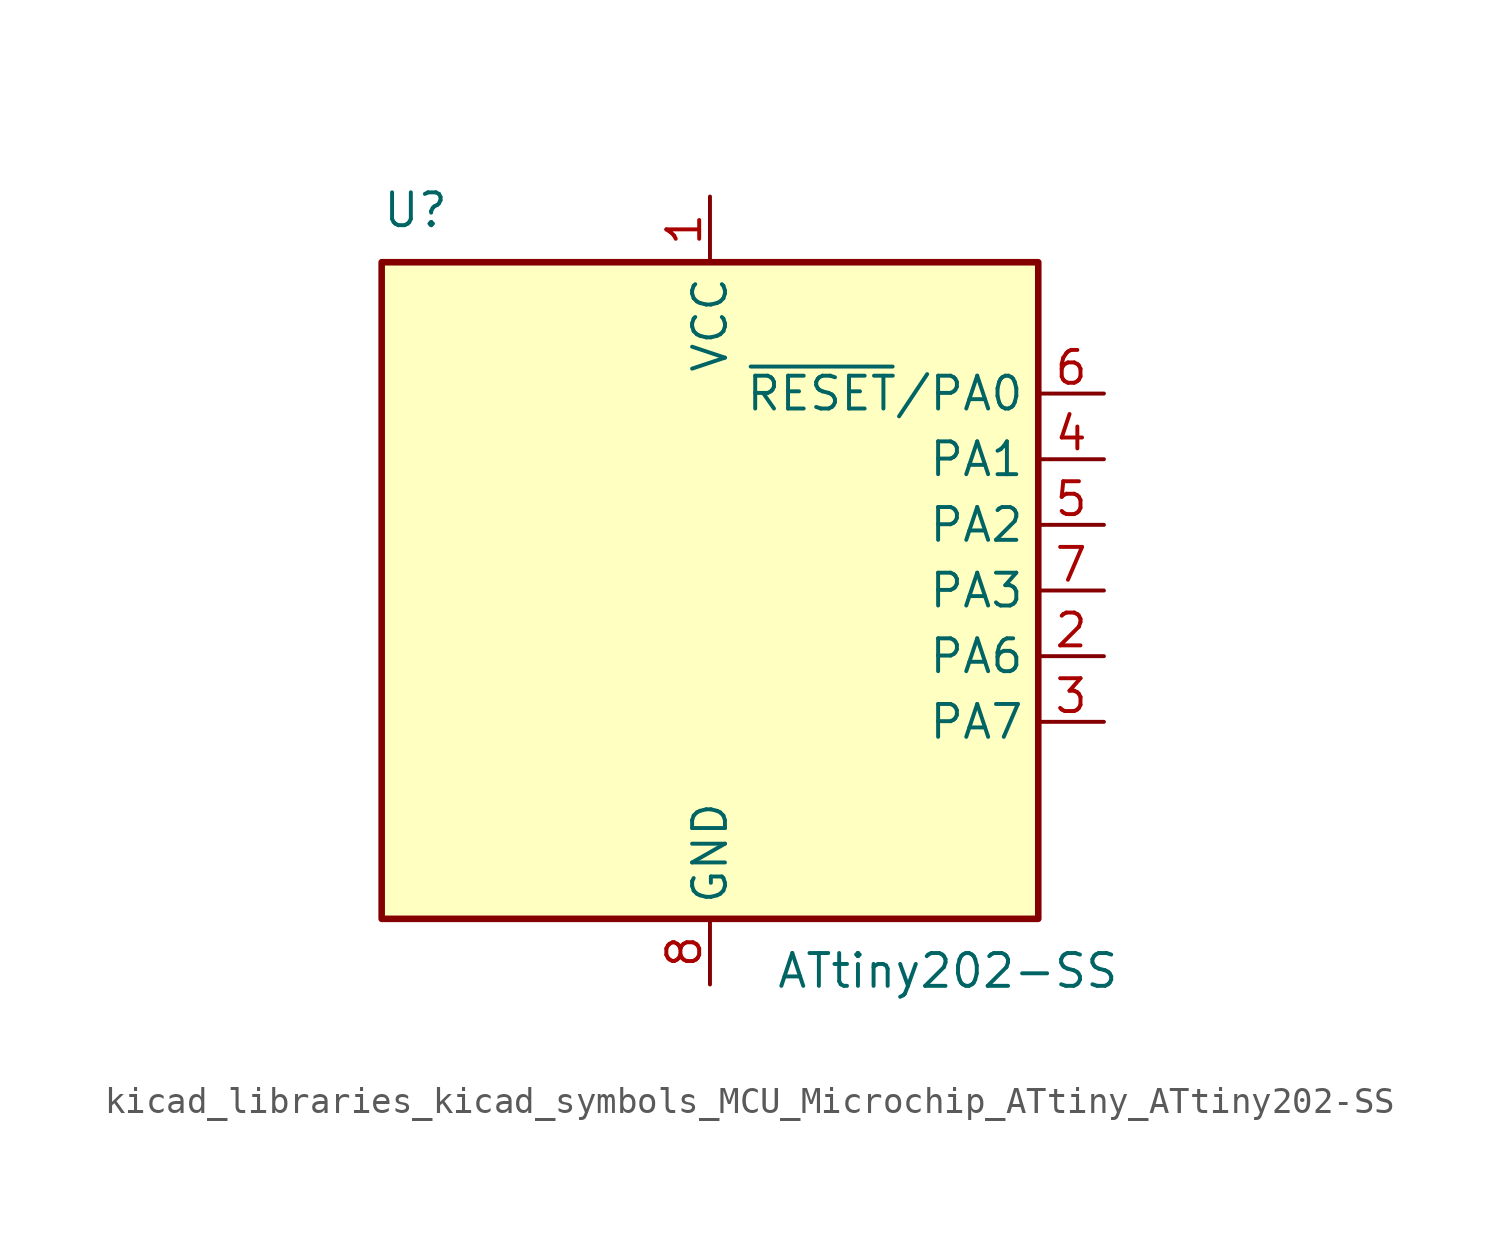
<source format=kicad_sym>
(kicad_symbol_lib
  (version 20220914)
  (generator kicad_symbol_editor)
  (symbol "kicad_libraries_kicad_symbols_MCU_Microchip_ATtiny_ATtiny202-SS"
    (property "Reference" "U"
      (at -12.7 13.97 0)
      (effects (font (size 1.27 1.27)) (justify left bottom)))
    (property "Value" "ATtiny202-SS"
      (at 2.54 -13.97 0)
      (effects (font (size 1.27 1.27)) (justify left top)))
    (symbol "kicad_libraries_kicad_symbols_MCU_Microchip_ATtiny_ATtiny202-SS_0_1"
      (rectangle (start -12.7 -12.7) (end 12.7 12.7) (stroke (width 0.254) (type default)) (fill (type background))))
    (symbol "kicad_libraries_kicad_symbols_MCU_Microchip_ATtiny_ATtiny202-SS_1_1"
      (pin power_in line (at 0 15.24 270) (length 2.54) (name "VCC" (effects (font (size 1.27 1.27)))) (number "1" (effects (font (size 1.27 1.27)))))
      (pin bidirectional line (at 15.24 -2.54 180) (length 2.54) (name "PA6" (effects (font (size 1.27 1.27)))) (number "2" (effects (font (size 1.27 1.27)))))
      (pin bidirectional line (at 15.24 -5.08 180) (length 2.54) (name "PA7" (effects (font (size 1.27 1.27)))) (number "3" (effects (font (size 1.27 1.27)))))
      (pin bidirectional line (at 15.24 5.08 180) (length 2.54) (name "PA1" (effects (font (size 1.27 1.27)))) (number "4" (effects (font (size 1.27 1.27)))))
      (pin bidirectional line (at 15.24 2.54 180) (length 2.54) (name "PA2" (effects (font (size 1.27 1.27)))) (number "5" (effects (font (size 1.27 1.27)))))
      (pin bidirectional line (at 15.24 7.62 180) (length 2.54) (name "~{RESET}/PA0" (effects (font (size 1.27 1.27)))) (number "6" (effects (font (size 1.27 1.27)))))
      (pin bidirectional line (at 15.24 0 180) (length 2.54) (name "PA3" (effects (font (size 1.27 1.27)))) (number "7" (effects (font (size 1.27 1.27)))))
      (pin power_in line (at 0 -15.24 90) (length 2.54) (name "GND" (effects (font (size 1.27 1.27)))) (number "8" (effects (font (size 1.27 1.27))))))))
</source>
